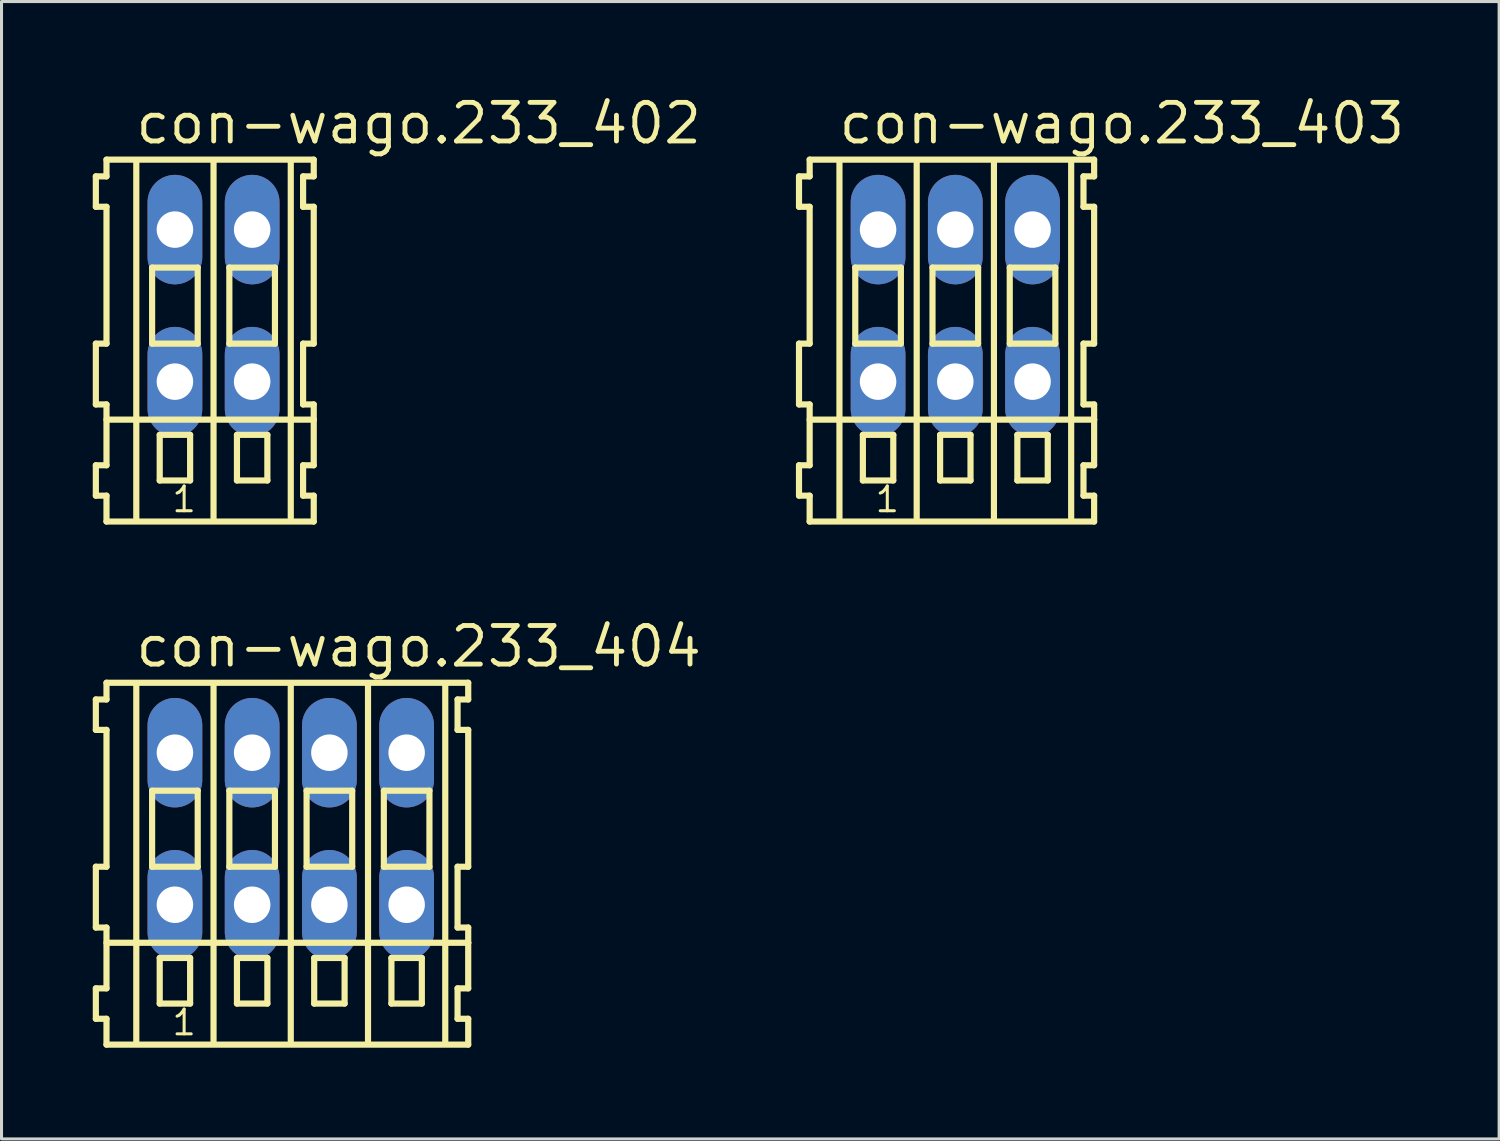
<source format=kicad_pcb>
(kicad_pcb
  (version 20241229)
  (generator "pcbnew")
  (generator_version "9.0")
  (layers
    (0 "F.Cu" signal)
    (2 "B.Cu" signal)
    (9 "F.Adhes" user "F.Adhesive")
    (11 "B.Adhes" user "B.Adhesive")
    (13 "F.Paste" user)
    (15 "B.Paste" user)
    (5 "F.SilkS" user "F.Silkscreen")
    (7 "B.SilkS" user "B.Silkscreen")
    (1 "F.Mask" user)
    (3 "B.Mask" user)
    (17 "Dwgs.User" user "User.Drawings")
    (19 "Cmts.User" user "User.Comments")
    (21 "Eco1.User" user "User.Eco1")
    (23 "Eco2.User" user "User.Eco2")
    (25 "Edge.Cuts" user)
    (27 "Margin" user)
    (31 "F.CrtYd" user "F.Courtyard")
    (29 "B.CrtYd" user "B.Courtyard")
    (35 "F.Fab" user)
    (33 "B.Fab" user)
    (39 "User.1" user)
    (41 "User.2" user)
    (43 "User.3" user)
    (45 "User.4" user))
  (footprint "con-wago.233_402"
    (layer "F.Cu")
    (at 3.972 7)
    (property "Reference" "con-wago.233_402" (at -2.64 -5.25 0) (layer "F.SilkS") (effects (font (size 1.27 1.27) (thickness 0.16)) (justify left bottom)))
    (attr through_hole)
    (fp_line (start -3.87 -4.25) (end -3.87 -3.25) (stroke (width 0.203) (type default)) (layer "F.SilkS"))
    (fp_line (start -3.87 -3.25) (end -3.52 -3.25) (stroke (width 0.203) (type default)) (layer "F.SilkS"))
    (fp_line (start -3.87 1.25) (end -3.87 3.25) (stroke (width 0.203) (type default)) (layer "F.SilkS"))
    (fp_line (start -3.87 3.25) (end -3.52 3.25) (stroke (width 0.203) (type default)) (layer "F.SilkS"))
    (fp_line (start -3.87 5.25) (end -3.87 6.25) (stroke (width 0.203) (type default)) (layer "F.SilkS"))
    (fp_line (start -3.87 6.25) (end -3.52 6.25) (stroke (width 0.203) (type default)) (layer "F.SilkS"))
    (fp_line (start -3.52 -4.8) (end -3.52 -4.25) (stroke (width 0.203) (type default)) (layer "F.SilkS"))
    (fp_line (start -3.52 -4.25) (end -3.87 -4.25) (stroke (width 0.203) (type default)) (layer "F.SilkS"))
    (fp_line (start -3.52 -3.25) (end -3.52 1.25) (stroke (width 0.203) (type default)) (layer "F.SilkS"))
    (fp_line (start -3.52 1.25) (end -3.87 1.25) (stroke (width 0.203) (type default)) (layer "F.SilkS"))
    (fp_line (start -3.52 3.25) (end -3.52 5.25) (stroke (width 0.203) (type default)) (layer "F.SilkS"))
    (fp_line (start -3.52 3.75) (end 3.295 3.75) (stroke (width 0.203) (type default)) (layer "F.SilkS"))
    (fp_line (start -3.52 5.25) (end -3.87 5.25) (stroke (width 0.203) (type default)) (layer "F.SilkS"))
    (fp_line (start -3.52 6.25) (end -3.52 7.1) (stroke (width 0.203) (type default)) (layer "F.SilkS"))
    (fp_line (start -3.52 7.1) (end 3.295 7.1) (stroke (width 0.203) (type default)) (layer "F.SilkS"))
    (fp_line (start -2.54 6.985) (end -2.54 -4.699) (stroke (width 0.203) (type default)) (layer "F.SilkS"))
    (fp_line (start -2.02 -1.25) (end -2.02 1.25) (stroke (width 0.203) (type default)) (layer "F.SilkS"))
    (fp_line (start -2.02 1.25) (end -0.52 1.25) (stroke (width 0.203) (type default)) (layer "F.SilkS"))
    (fp_line (start -1.77 4.25) (end -1.77 5.75) (stroke (width 0.203) (type default)) (layer "F.SilkS"))
    (fp_line (start -1.77 5.75) (end -0.77 5.75) (stroke (width 0.203) (type default)) (layer "F.SilkS"))
    (fp_line (start -0.77 4.25) (end -1.77 4.25) (stroke (width 0.203) (type default)) (layer "F.SilkS"))
    (fp_line (start -0.77 5.75) (end -0.77 4.25) (stroke (width 0.203) (type default)) (layer "F.SilkS"))
    (fp_line (start -0.52 -1.25) (end -2.02 -1.25) (stroke (width 0.203) (type default)) (layer "F.SilkS"))
    (fp_line (start -0.52 1.25) (end -0.52 -1.25) (stroke (width 0.203) (type default)) (layer "F.SilkS"))
    (fp_line (start 0 6.985) (end 0 -4.699) (stroke (width 0.203) (type default)) (layer "F.SilkS"))
    (fp_line (start 0.52 -1.25) (end 0.52 1.25) (stroke (width 0.203) (type default)) (layer "F.SilkS"))
    (fp_line (start 0.52 1.25) (end 2.02 1.25) (stroke (width 0.203) (type default)) (layer "F.SilkS"))
    (fp_line (start 0.77 4.25) (end 0.77 5.75) (stroke (width 0.203) (type default)) (layer "F.SilkS"))
    (fp_line (start 0.77 5.75) (end 1.77 5.75) (stroke (width 0.203) (type default)) (layer "F.SilkS"))
    (fp_line (start 1.77 4.25) (end 0.77 4.25) (stroke (width 0.203) (type default)) (layer "F.SilkS"))
    (fp_line (start 1.77 5.75) (end 1.77 4.25) (stroke (width 0.203) (type default)) (layer "F.SilkS"))
    (fp_line (start 2.02 -1.25) (end 0.52 -1.25) (stroke (width 0.203) (type default)) (layer "F.SilkS"))
    (fp_line (start 2.02 1.25) (end 2.02 -1.25) (stroke (width 0.203) (type default)) (layer "F.SilkS"))
    (fp_line (start 2.54 6.985) (end 2.54 -4.699) (stroke (width 0.203) (type default)) (layer "F.SilkS"))
    (fp_line (start 2.945 -4.25) (end 2.945 -3.25) (stroke (width 0.203) (type default)) (layer "F.SilkS"))
    (fp_line (start 2.945 -3.25) (end 3.295 -3.25) (stroke (width 0.203) (type default)) (layer "F.SilkS"))
    (fp_line (start 2.945 1.25) (end 2.945 3.25) (stroke (width 0.203) (type default)) (layer "F.SilkS"))
    (fp_line (start 2.945 3.25) (end 3.295 3.25) (stroke (width 0.203) (type default)) (layer "F.SilkS"))
    (fp_line (start 2.945 5.25) (end 2.945 6.25) (stroke (width 0.203) (type default)) (layer "F.SilkS"))
    (fp_line (start 2.945 6.25) (end 3.295 6.25) (stroke (width 0.203) (type default)) (layer "F.SilkS"))
    (fp_line (start 3.295 -4.8) (end -3.52 -4.8) (stroke (width 0.203) (type default)) (layer "F.SilkS"))
    (fp_line (start 3.295 -4.25) (end 2.945 -4.25) (stroke (width 0.203) (type default)) (layer "F.SilkS"))
    (fp_line (start 3.295 -4.25) (end 3.295 -4.8) (stroke (width 0.203) (type default)) (layer "F.SilkS"))
    (fp_line (start 3.295 1.25) (end 2.945 1.25) (stroke (width 0.203) (type default)) (layer "F.SilkS"))
    (fp_line (start 3.295 1.25) (end 3.295 -3.25) (stroke (width 0.203) (type default)) (layer "F.SilkS"))
    (fp_line (start 3.295 3.75) (end 3.295 3.25) (stroke (width 0.203) (type default)) (layer "F.SilkS"))
    (fp_line (start 3.295 5.25) (end 2.945 5.25) (stroke (width 0.203) (type default)) (layer "F.SilkS"))
    (fp_line (start 3.295 5.25) (end 3.295 3.75) (stroke (width 0.203) (type default)) (layer "F.SilkS"))
    (fp_line (start 3.295 7.1) (end 3.295 6.25) (stroke (width 0.203) (type default)) (layer "F.SilkS"))
    (fp_text user "1" (at -1.42 6.85 0) (layer "F.SilkS") (effects (font (size 0.813 0.813) (thickness 0.1)) (justify left bottom)))
    (pad "A1" thru_hole oval (at -1.27 -2.5 90) (size 3.6 1.8) (drill 1.2) (layers "*.Cu" "*.Mask"))
    (pad "A2" thru_hole oval (at 1.27 -2.5 90) (size 3.6 1.8) (drill 1.2) (layers "*.Cu" "*.Mask"))
    (pad "B1" thru_hole oval (at -1.27 2.5 90) (size 3.6 1.8) (drill 1.2) (layers "*.Cu" "*.Mask"))
    (pad "B2" thru_hole oval (at 1.27 2.5 90) (size 3.6 1.8) (drill 1.2) (layers "*.Cu" "*.Mask")))
  (footprint "con-wago.233_403"
    (layer "F.Cu")
    (at 28.365 7)
    (property "Reference" "con-wago.233_403" (at -3.91 -5.25 0) (layer "F.SilkS") (effects (font (size 1.27 1.27) (thickness 0.16)) (justify left bottom)))
    (attr through_hole)
    (fp_line (start -5.14 -4.25) (end -5.14 -3.25) (stroke (width 0.203) (type default)) (layer "F.SilkS"))
    (fp_line (start -5.14 -3.25) (end -4.79 -3.25) (stroke (width 0.203) (type default)) (layer "F.SilkS"))
    (fp_line (start -5.14 1.25) (end -5.14 3.25) (stroke (width 0.203) (type default)) (layer "F.SilkS"))
    (fp_line (start -5.14 3.25) (end -4.79 3.25) (stroke (width 0.203) (type default)) (layer "F.SilkS"))
    (fp_line (start -5.14 5.25) (end -5.14 6.25) (stroke (width 0.203) (type default)) (layer "F.SilkS"))
    (fp_line (start -5.14 6.25) (end -4.79 6.25) (stroke (width 0.203) (type default)) (layer "F.SilkS"))
    (fp_line (start -4.79 -4.8) (end -4.79 -4.25) (stroke (width 0.203) (type default)) (layer "F.SilkS"))
    (fp_line (start -4.79 -4.25) (end -5.14 -4.25) (stroke (width 0.203) (type default)) (layer "F.SilkS"))
    (fp_line (start -4.79 -3.25) (end -4.79 1.25) (stroke (width 0.203) (type default)) (layer "F.SilkS"))
    (fp_line (start -4.79 1.25) (end -5.14 1.25) (stroke (width 0.203) (type default)) (layer "F.SilkS"))
    (fp_line (start -4.79 3.25) (end -4.79 5.25) (stroke (width 0.203) (type default)) (layer "F.SilkS"))
    (fp_line (start -4.79 3.75) (end 4.565 3.75) (stroke (width 0.203) (type default)) (layer "F.SilkS"))
    (fp_line (start -4.79 5.25) (end -5.14 5.25) (stroke (width 0.203) (type default)) (layer "F.SilkS"))
    (fp_line (start -4.79 6.25) (end -4.79 7.1) (stroke (width 0.203) (type default)) (layer "F.SilkS"))
    (fp_line (start -4.79 7.1) (end 4.565 7.1) (stroke (width 0.203) (type default)) (layer "F.SilkS"))
    (fp_line (start -3.81 6.985) (end -3.81 -4.699) (stroke (width 0.203) (type default)) (layer "F.SilkS"))
    (fp_line (start -3.29 -1.25) (end -3.29 1.25) (stroke (width 0.203) (type default)) (layer "F.SilkS"))
    (fp_line (start -3.29 1.25) (end -1.79 1.25) (stroke (width 0.203) (type default)) (layer "F.SilkS"))
    (fp_line (start -3.04 4.25) (end -3.04 5.75) (stroke (width 0.203) (type default)) (layer "F.SilkS"))
    (fp_line (start -3.04 5.75) (end -2.04 5.75) (stroke (width 0.203) (type default)) (layer "F.SilkS"))
    (fp_line (start -2.04 4.25) (end -3.04 4.25) (stroke (width 0.203) (type default)) (layer "F.SilkS"))
    (fp_line (start -2.04 5.75) (end -2.04 4.25) (stroke (width 0.203) (type default)) (layer "F.SilkS"))
    (fp_line (start -1.79 -1.25) (end -3.29 -1.25) (stroke (width 0.203) (type default)) (layer "F.SilkS"))
    (fp_line (start -1.79 1.25) (end -1.79 -1.25) (stroke (width 0.203) (type default)) (layer "F.SilkS"))
    (fp_line (start -1.27 6.985) (end -1.27 -4.699) (stroke (width 0.203) (type default)) (layer "F.SilkS"))
    (fp_line (start -0.75 -1.25) (end -0.75 1.25) (stroke (width 0.203) (type default)) (layer "F.SilkS"))
    (fp_line (start -0.75 1.25) (end 0.75 1.25) (stroke (width 0.203) (type default)) (layer "F.SilkS"))
    (fp_line (start -0.5 4.25) (end -0.5 5.75) (stroke (width 0.203) (type default)) (layer "F.SilkS"))
    (fp_line (start -0.5 5.75) (end 0.5 5.75) (stroke (width 0.203) (type default)) (layer "F.SilkS"))
    (fp_line (start 0.5 4.25) (end -0.5 4.25) (stroke (width 0.203) (type default)) (layer "F.SilkS"))
    (fp_line (start 0.5 5.75) (end 0.5 4.25) (stroke (width 0.203) (type default)) (layer "F.SilkS"))
    (fp_line (start 0.75 -1.25) (end -0.75 -1.25) (stroke (width 0.203) (type default)) (layer "F.SilkS"))
    (fp_line (start 0.75 1.25) (end 0.75 -1.25) (stroke (width 0.203) (type default)) (layer "F.SilkS"))
    (fp_line (start 1.27 6.985) (end 1.27 -4.699) (stroke (width 0.203) (type default)) (layer "F.SilkS"))
    (fp_line (start 1.79 -1.25) (end 1.79 1.25) (stroke (width 0.203) (type default)) (layer "F.SilkS"))
    (fp_line (start 1.79 1.25) (end 3.29 1.25) (stroke (width 0.203) (type default)) (layer "F.SilkS"))
    (fp_line (start 2.04 4.25) (end 2.04 5.75) (stroke (width 0.203) (type default)) (layer "F.SilkS"))
    (fp_line (start 2.04 5.75) (end 3.04 5.75) (stroke (width 0.203) (type default)) (layer "F.SilkS"))
    (fp_line (start 3.04 4.25) (end 2.04 4.25) (stroke (width 0.203) (type default)) (layer "F.SilkS"))
    (fp_line (start 3.04 5.75) (end 3.04 4.25) (stroke (width 0.203) (type default)) (layer "F.SilkS"))
    (fp_line (start 3.29 -1.25) (end 1.79 -1.25) (stroke (width 0.203) (type default)) (layer "F.SilkS"))
    (fp_line (start 3.29 1.25) (end 3.29 -1.25) (stroke (width 0.203) (type default)) (layer "F.SilkS"))
    (fp_line (start 3.81 6.985) (end 3.81 -4.699) (stroke (width 0.203) (type default)) (layer "F.SilkS"))
    (fp_line (start 4.215 -4.25) (end 4.215 -3.25) (stroke (width 0.203) (type default)) (layer "F.SilkS"))
    (fp_line (start 4.215 -3.25) (end 4.565 -3.25) (stroke (width 0.203) (type default)) (layer "F.SilkS"))
    (fp_line (start 4.215 1.25) (end 4.215 3.25) (stroke (width 0.203) (type default)) (layer "F.SilkS"))
    (fp_line (start 4.215 3.25) (end 4.565 3.25) (stroke (width 0.203) (type default)) (layer "F.SilkS"))
    (fp_line (start 4.215 5.25) (end 4.215 6.25) (stroke (width 0.203) (type default)) (layer "F.SilkS"))
    (fp_line (start 4.215 6.25) (end 4.565 6.25) (stroke (width 0.203) (type default)) (layer "F.SilkS"))
    (fp_line (start 4.565 -4.8) (end -4.79 -4.8) (stroke (width 0.203) (type default)) (layer "F.SilkS"))
    (fp_line (start 4.565 -4.25) (end 4.215 -4.25) (stroke (width 0.203) (type default)) (layer "F.SilkS"))
    (fp_line (start 4.565 -4.25) (end 4.565 -4.8) (stroke (width 0.203) (type default)) (layer "F.SilkS"))
    (fp_line (start 4.565 1.25) (end 4.215 1.25) (stroke (width 0.203) (type default)) (layer "F.SilkS"))
    (fp_line (start 4.565 1.25) (end 4.565 -3.25) (stroke (width 0.203) (type default)) (layer "F.SilkS"))
    (fp_line (start 4.565 3.75) (end 4.565 3.25) (stroke (width 0.203) (type default)) (layer "F.SilkS"))
    (fp_line (start 4.565 5.25) (end 4.215 5.25) (stroke (width 0.203) (type default)) (layer "F.SilkS"))
    (fp_line (start 4.565 5.25) (end 4.565 3.75) (stroke (width 0.203) (type default)) (layer "F.SilkS"))
    (fp_line (start 4.565 7.1) (end 4.565 6.25) (stroke (width 0.203) (type default)) (layer "F.SilkS"))
    (fp_text user "1" (at -2.69 6.85 0) (layer "F.SilkS") (effects (font (size 0.813 0.813) (thickness 0.1)) (justify left bottom)))
    (pad "A1" thru_hole oval (at -2.54 -2.5 90) (size 3.6 1.8) (drill 1.2) (layers "*.Cu" "*.Mask"))
    (pad "A2" thru_hole oval (at 0 -2.5 90) (size 3.6 1.8) (drill 1.2) (layers "*.Cu" "*.Mask"))
    (pad "A3" thru_hole oval (at 2.54 -2.5 90) (size 3.6 1.8) (drill 1.2) (layers "*.Cu" "*.Mask"))
    (pad "B1" thru_hole oval (at -2.54 2.5 90) (size 3.6 1.8) (drill 1.2) (layers "*.Cu" "*.Mask"))
    (pad "B2" thru_hole oval (at 0 2.5 90) (size 3.6 1.8) (drill 1.2) (layers "*.Cu" "*.Mask"))
    (pad "B3" thru_hole oval (at 2.54 2.5 90) (size 3.6 1.8) (drill 1.2) (layers "*.Cu" "*.Mask")))
  (footprint "con-wago.233_404"
    (layer "F.Cu")
    (at 6.512 24.202)
    (property "Reference" "con-wago.233_404" (at -5.18 -5.25 0) (layer "F.SilkS") (effects (font (size 1.27 1.27) (thickness 0.16)) (justify left bottom)))
    (attr through_hole)
    (fp_line (start -6.41 -4.25) (end -6.41 -3.25) (stroke (width 0.203) (type default)) (layer "F.SilkS"))
    (fp_line (start -6.41 -3.25) (end -6.06 -3.25) (stroke (width 0.203) (type default)) (layer "F.SilkS"))
    (fp_line (start -6.41 1.25) (end -6.41 3.25) (stroke (width 0.203) (type default)) (layer "F.SilkS"))
    (fp_line (start -6.41 3.25) (end -6.06 3.25) (stroke (width 0.203) (type default)) (layer "F.SilkS"))
    (fp_line (start -6.41 5.25) (end -6.41 6.25) (stroke (width 0.203) (type default)) (layer "F.SilkS"))
    (fp_line (start -6.41 6.25) (end -6.06 6.25) (stroke (width 0.203) (type default)) (layer "F.SilkS"))
    (fp_line (start -6.06 -4.8) (end -6.06 -4.25) (stroke (width 0.203) (type default)) (layer "F.SilkS"))
    (fp_line (start -6.06 -4.25) (end -6.41 -4.25) (stroke (width 0.203) (type default)) (layer "F.SilkS"))
    (fp_line (start -6.06 -3.25) (end -6.06 1.25) (stroke (width 0.203) (type default)) (layer "F.SilkS"))
    (fp_line (start -6.06 1.25) (end -6.41 1.25) (stroke (width 0.203) (type default)) (layer "F.SilkS"))
    (fp_line (start -6.06 3.25) (end -6.06 5.25) (stroke (width 0.203) (type default)) (layer "F.SilkS"))
    (fp_line (start -6.06 3.75) (end 5.835 3.75) (stroke (width 0.203) (type default)) (layer "F.SilkS"))
    (fp_line (start -6.06 5.25) (end -6.41 5.25) (stroke (width 0.203) (type default)) (layer "F.SilkS"))
    (fp_line (start -6.06 6.25) (end -6.06 7.1) (stroke (width 0.203) (type default)) (layer "F.SilkS"))
    (fp_line (start -6.06 7.1) (end 5.835 7.1) (stroke (width 0.203) (type default)) (layer "F.SilkS"))
    (fp_line (start -5.08 6.985) (end -5.08 -4.699) (stroke (width 0.203) (type default)) (layer "F.SilkS"))
    (fp_line (start -4.56 -1.25) (end -4.56 1.25) (stroke (width 0.203) (type default)) (layer "F.SilkS"))
    (fp_line (start -4.56 1.25) (end -3.06 1.25) (stroke (width 0.203) (type default)) (layer "F.SilkS"))
    (fp_line (start -4.31 4.25) (end -4.31 5.75) (stroke (width 0.203) (type default)) (layer "F.SilkS"))
    (fp_line (start -4.31 5.75) (end -3.31 5.75) (stroke (width 0.203) (type default)) (layer "F.SilkS"))
    (fp_line (start -3.31 4.25) (end -4.31 4.25) (stroke (width 0.203) (type default)) (layer "F.SilkS"))
    (fp_line (start -3.31 5.75) (end -3.31 4.25) (stroke (width 0.203) (type default)) (layer "F.SilkS"))
    (fp_line (start -3.06 -1.25) (end -4.56 -1.25) (stroke (width 0.203) (type default)) (layer "F.SilkS"))
    (fp_line (start -3.06 1.25) (end -3.06 -1.25) (stroke (width 0.203) (type default)) (layer "F.SilkS"))
    (fp_line (start -2.54 6.985) (end -2.54 -4.699) (stroke (width 0.203) (type default)) (layer "F.SilkS"))
    (fp_line (start -2.02 -1.25) (end -2.02 1.25) (stroke (width 0.203) (type default)) (layer "F.SilkS"))
    (fp_line (start -2.02 1.25) (end -0.52 1.25) (stroke (width 0.203) (type default)) (layer "F.SilkS"))
    (fp_line (start -1.77 4.25) (end -1.77 5.75) (stroke (width 0.203) (type default)) (layer "F.SilkS"))
    (fp_line (start -1.77 5.75) (end -0.77 5.75) (stroke (width 0.203) (type default)) (layer "F.SilkS"))
    (fp_line (start -0.77 4.25) (end -1.77 4.25) (stroke (width 0.203) (type default)) (layer "F.SilkS"))
    (fp_line (start -0.77 5.75) (end -0.77 4.25) (stroke (width 0.203) (type default)) (layer "F.SilkS"))
    (fp_line (start -0.52 -1.25) (end -2.02 -1.25) (stroke (width 0.203) (type default)) (layer "F.SilkS"))
    (fp_line (start -0.52 1.25) (end -0.52 -1.25) (stroke (width 0.203) (type default)) (layer "F.SilkS"))
    (fp_line (start 0 6.985) (end 0 -4.699) (stroke (width 0.203) (type default)) (layer "F.SilkS"))
    (fp_line (start 0.52 -1.25) (end 0.52 1.25) (stroke (width 0.203) (type default)) (layer "F.SilkS"))
    (fp_line (start 0.52 1.25) (end 2.02 1.25) (stroke (width 0.203) (type default)) (layer "F.SilkS"))
    (fp_line (start 0.77 4.25) (end 0.77 5.75) (stroke (width 0.203) (type default)) (layer "F.SilkS"))
    (fp_line (start 0.77 5.75) (end 1.77 5.75) (stroke (width 0.203) (type default)) (layer "F.SilkS"))
    (fp_line (start 1.77 4.25) (end 0.77 4.25) (stroke (width 0.203) (type default)) (layer "F.SilkS"))
    (fp_line (start 1.77 5.75) (end 1.77 4.25) (stroke (width 0.203) (type default)) (layer "F.SilkS"))
    (fp_line (start 2.02 -1.25) (end 0.52 -1.25) (stroke (width 0.203) (type default)) (layer "F.SilkS"))
    (fp_line (start 2.02 1.25) (end 2.02 -1.25) (stroke (width 0.203) (type default)) (layer "F.SilkS"))
    (fp_line (start 2.54 6.985) (end 2.54 -4.699) (stroke (width 0.203) (type default)) (layer "F.SilkS"))
    (fp_line (start 3.06 -1.25) (end 3.06 1.25) (stroke (width 0.203) (type default)) (layer "F.SilkS"))
    (fp_line (start 3.06 1.25) (end 4.56 1.25) (stroke (width 0.203) (type default)) (layer "F.SilkS"))
    (fp_line (start 3.31 4.25) (end 3.31 5.75) (stroke (width 0.203) (type default)) (layer "F.SilkS"))
    (fp_line (start 3.31 5.75) (end 4.31 5.75) (stroke (width 0.203) (type default)) (layer "F.SilkS"))
    (fp_line (start 4.31 4.25) (end 3.31 4.25) (stroke (width 0.203) (type default)) (layer "F.SilkS"))
    (fp_line (start 4.31 5.75) (end 4.31 4.25) (stroke (width 0.203) (type default)) (layer "F.SilkS"))
    (fp_line (start 4.56 -1.25) (end 3.06 -1.25) (stroke (width 0.203) (type default)) (layer "F.SilkS"))
    (fp_line (start 4.56 1.25) (end 4.56 -1.25) (stroke (width 0.203) (type default)) (layer "F.SilkS"))
    (fp_line (start 5.08 6.985) (end 5.08 -4.699) (stroke (width 0.203) (type default)) (layer "F.SilkS"))
    (fp_line (start 5.485 -4.25) (end 5.485 -3.25) (stroke (width 0.203) (type default)) (layer "F.SilkS"))
    (fp_line (start 5.485 -3.25) (end 5.835 -3.25) (stroke (width 0.203) (type default)) (layer "F.SilkS"))
    (fp_line (start 5.485 1.25) (end 5.485 3.25) (stroke (width 0.203) (type default)) (layer "F.SilkS"))
    (fp_line (start 5.485 3.25) (end 5.835 3.25) (stroke (width 0.203) (type default)) (layer "F.SilkS"))
    (fp_line (start 5.485 5.25) (end 5.485 6.25) (stroke (width 0.203) (type default)) (layer "F.SilkS"))
    (fp_line (start 5.485 6.25) (end 5.835 6.25) (stroke (width 0.203) (type default)) (layer "F.SilkS"))
    (fp_line (start 5.835 -4.8) (end -6.06 -4.8) (stroke (width 0.203) (type default)) (layer "F.SilkS"))
    (fp_line (start 5.835 -4.25) (end 5.485 -4.25) (stroke (width 0.203) (type default)) (layer "F.SilkS"))
    (fp_line (start 5.835 -4.25) (end 5.835 -4.8) (stroke (width 0.203) (type default)) (layer "F.SilkS"))
    (fp_line (start 5.835 1.25) (end 5.485 1.25) (stroke (width 0.203) (type default)) (layer "F.SilkS"))
    (fp_line (start 5.835 1.25) (end 5.835 -3.25) (stroke (width 0.203) (type default)) (layer "F.SilkS"))
    (fp_line (start 5.835 3.75) (end 5.835 3.25) (stroke (width 0.203) (type default)) (layer "F.SilkS"))
    (fp_line (start 5.835 5.25) (end 5.485 5.25) (stroke (width 0.203) (type default)) (layer "F.SilkS"))
    (fp_line (start 5.835 5.25) (end 5.835 3.75) (stroke (width 0.203) (type default)) (layer "F.SilkS"))
    (fp_line (start 5.835 7.1) (end 5.835 6.25) (stroke (width 0.203) (type default)) (layer "F.SilkS"))
    (fp_text user "1" (at -3.96 6.85 0) (layer "F.SilkS") (effects (font (size 0.813 0.813) (thickness 0.1)) (justify left bottom)))
    (pad "A1" thru_hole oval (at -3.81 -2.5 90) (size 3.6 1.8) (drill 1.2) (layers "*.Cu" "*.Mask"))
    (pad "A2" thru_hole oval (at -1.27 -2.5 90) (size 3.6 1.8) (drill 1.2) (layers "*.Cu" "*.Mask"))
    (pad "A3" thru_hole oval (at 1.27 -2.5 90) (size 3.6 1.8) (drill 1.2) (layers "*.Cu" "*.Mask"))
    (pad "A4" thru_hole oval (at 3.81 -2.5 90) (size 3.6 1.8) (drill 1.2) (layers "*.Cu" "*.Mask"))
    (pad "B1" thru_hole oval (at -3.81 2.5 90) (size 3.6 1.8) (drill 1.2) (layers "*.Cu" "*.Mask"))
    (pad "B2" thru_hole oval (at -1.27 2.5 90) (size 3.6 1.8) (drill 1.2) (layers "*.Cu" "*.Mask"))
    (pad "B3" thru_hole oval (at 1.27 2.5 90) (size 3.6 1.8) (drill 1.2) (layers "*.Cu" "*.Mask"))
    (pad "B4" thru_hole oval (at 3.81 2.5 90) (size 3.6 1.8) (drill 1.2) (layers "*.Cu" "*.Mask")))
  (gr_rect
    (start -3 -3)
    (end 46.248 34.403)
    (stroke (width 0.1) (type default))
    (fill no)
    (layer "Edge.Cuts")))
</source>
